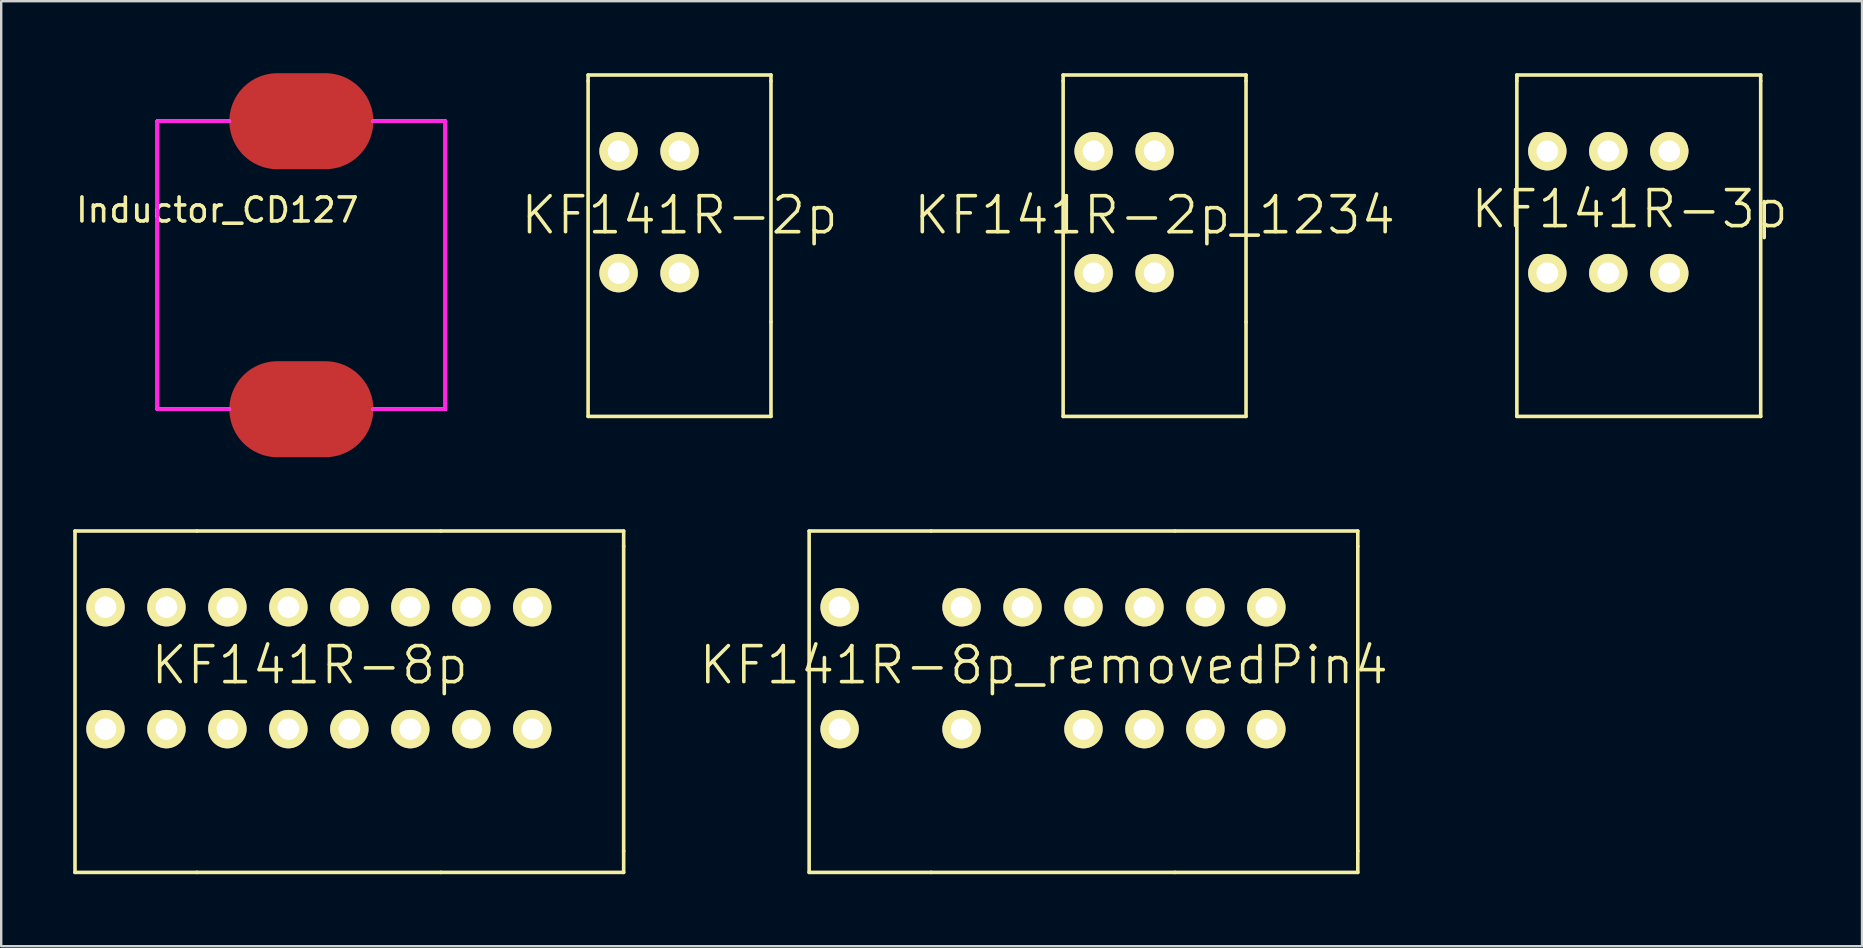
<source format=kicad_pcb>
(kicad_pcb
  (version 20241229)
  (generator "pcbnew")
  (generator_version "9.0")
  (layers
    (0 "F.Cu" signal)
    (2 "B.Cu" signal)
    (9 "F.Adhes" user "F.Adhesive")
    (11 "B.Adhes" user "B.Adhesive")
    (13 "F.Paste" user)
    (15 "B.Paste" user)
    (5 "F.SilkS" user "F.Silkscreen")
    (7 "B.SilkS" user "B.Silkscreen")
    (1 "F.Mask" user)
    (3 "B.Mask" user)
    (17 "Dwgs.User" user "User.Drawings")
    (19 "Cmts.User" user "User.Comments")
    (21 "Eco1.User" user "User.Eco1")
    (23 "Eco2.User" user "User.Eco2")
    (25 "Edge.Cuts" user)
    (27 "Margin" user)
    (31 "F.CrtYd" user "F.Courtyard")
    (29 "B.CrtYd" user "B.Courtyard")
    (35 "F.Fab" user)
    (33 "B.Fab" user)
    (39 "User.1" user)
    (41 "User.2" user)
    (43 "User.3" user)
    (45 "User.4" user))
  (footprint "Inductor_CD127"
    (layer "F.Cu")
    (at 9.506 8)
    (property "Reference" "Inductor_CD127" (at -3.5 -2.3 0) (layer "F.SilkS") (effects (font (size 1 1) (thickness 0.15))))
    (attr through_hole)
    (fp_line (start -6 -6) (end -6 6) (stroke (width 0.15) (type solid)) (layer "F.SilkS"))
    (fp_line (start -6 6) (end -3 6) (stroke (width 0.15) (type solid)) (layer "F.SilkS"))
    (fp_line (start -3 -6) (end -6 -6) (stroke (width 0.15) (type solid)) (layer "F.SilkS"))
    (fp_line (start 3 6) (end 6 6) (stroke (width 0.15) (type solid)) (layer "F.SilkS"))
    (fp_line (start 6 -6) (end 3 -6) (stroke (width 0.15) (type solid)) (layer "F.SilkS"))
    (fp_line (start 6 6) (end 6 -6) (stroke (width 0.15) (type solid)) (layer "F.SilkS"))
    (fp_line (start -6 -6) (end -6 6) (stroke (width 0.15) (type solid)) (layer "F.CrtYd"))
    (fp_line (start -6 6) (end -3 6) (stroke (width 0.15) (type solid)) (layer "F.CrtYd"))
    (fp_line (start -5.4 -6) (end -6 -6) (stroke (width 0.15) (type solid)) (layer "F.CrtYd"))
    (fp_line (start -3 -6) (end -5.4 -6) (stroke (width 0.15) (type solid)) (layer "F.CrtYd"))
    (fp_line (start 3 6) (end 6 6) (stroke (width 0.15) (type solid)) (layer "F.CrtYd"))
    (fp_line (start 6 -6) (end 3 -6) (stroke (width 0.15) (type solid)) (layer "F.CrtYd"))
    (fp_line (start 6 6) (end 6 -6) (stroke (width 0.15) (type solid)) (layer "F.CrtYd"))
    (pad "1" smd oval (at 0 -6) (size 6 4) (layers "F.Cu" "F.Mask" "F.Paste"))
    (pad "2" smd oval (at 0 6) (size 6 4) (layers "F.Cu" "F.Mask" "F.Paste")))
  (footprint "KF141R-2p"
    (layer "F.Cu")
    (at 25.263 5.79)
    (property "Reference" "KF141R-2p" (at 0 0.127 0) (layer "F.SilkS") (effects (font (size 1.5 1.5) (thickness 0.15))))
    (attr through_hole)
    (fp_line (start -3.81 -5.715) (end -3.81 -5.461) (stroke (width 0.15) (type solid)) (layer "F.SilkS"))
    (fp_line (start -3.81 8.509) (end -3.81 -5.461) (stroke (width 0.15) (type solid)) (layer "F.SilkS"))
    (fp_line (start 3.81 -5.715) (end -3.81 -5.715) (stroke (width 0.15) (type solid)) (layer "F.SilkS"))
    (fp_line (start 3.81 -5.461) (end 3.81 -5.715) (stroke (width 0.15) (type solid)) (layer "F.SilkS"))
    (fp_line (start 3.81 -5.461) (end 3.81 4.572) (stroke (width 0.15) (type solid)) (layer "F.SilkS"))
    (fp_line (start 3.81 4.572) (end 3.81 8.509) (stroke (width 0.15) (type solid)) (layer "F.SilkS"))
    (fp_line (start 3.81 8.509) (end -3.81 8.509) (stroke (width 0.15) (type solid)) (layer "F.SilkS"))
    (pad "1" thru_hole circle (at -2.54 -2.54) (size 1.6 1.6) (drill 0.9) (layers "*.Cu" "*.Mask" "F.SilkS"))
    (pad "1" thru_hole circle (at -2.54 2.54) (size 1.6 1.6) (drill 0.9) (layers "*.Cu" "*.Mask" "F.SilkS"))
    (pad "2" thru_hole circle (at 0 -2.54) (size 1.6 1.6) (drill 0.9) (layers "*.Cu" "*.Mask" "F.SilkS"))
    (pad "2" thru_hole circle (at 0 2.54) (size 1.6 1.6) (drill 0.9) (layers "*.Cu" "*.Mask" "F.SilkS")))
  (footprint "KF141R-2p_1234"
    (layer "F.Cu")
    (at 45.056 5.79)
    (property "Reference" "KF141R-2p_1234" (at 0 0.127 0) (layer "F.SilkS") (effects (font (size 1.5 1.5) (thickness 0.15))))
    (attr through_hole)
    (fp_line (start -3.81 -5.715) (end -3.81 -5.461) (stroke (width 0.15) (type solid)) (layer "F.SilkS"))
    (fp_line (start -3.81 8.509) (end -3.81 -5.461) (stroke (width 0.15) (type solid)) (layer "F.SilkS"))
    (fp_line (start 3.81 -5.715) (end -3.81 -5.715) (stroke (width 0.15) (type solid)) (layer "F.SilkS"))
    (fp_line (start 3.81 -5.461) (end 3.81 -5.715) (stroke (width 0.15) (type solid)) (layer "F.SilkS"))
    (fp_line (start 3.81 -5.461) (end 3.81 4.572) (stroke (width 0.15) (type solid)) (layer "F.SilkS"))
    (fp_line (start 3.81 4.572) (end 3.81 8.509) (stroke (width 0.15) (type solid)) (layer "F.SilkS"))
    (fp_line (start 3.81 8.509) (end -3.81 8.509) (stroke (width 0.15) (type solid)) (layer "F.SilkS"))
    (pad "1" thru_hole circle (at -2.54 -2.54) (size 1.6 1.6) (drill 0.9) (layers "*.Cu" "*.Mask" "F.SilkS"))
    (pad "2" thru_hole circle (at -2.54 2.54) (size 1.6 1.6) (drill 0.9) (layers "*.Cu" "*.Mask" "F.SilkS"))
    (pad "3" thru_hole circle (at 0 -2.54) (size 1.6 1.6) (drill 0.9) (layers "*.Cu" "*.Mask" "F.SilkS"))
    (pad "4" thru_hole circle (at 0 2.54) (size 1.6 1.6) (drill 0.9) (layers "*.Cu" "*.Mask" "F.SilkS")))
  (footprint "KF141R-3p"
    (layer "F.Cu")
    (at 65.23 5.79)
    (property "Reference" "KF141R-3p" (at -0.381 -0.127 0) (layer "F.SilkS") (effects (font (size 1.5 1.5) (thickness 0.15))))
    (attr through_hole)
    (fp_line (start -5.08 -5.715) (end -5.08 -5.588) (stroke (width 0.15) (type solid)) (layer "F.SilkS"))
    (fp_line (start -5.08 -5.588) (end -5.08 -5.461) (stroke (width 0.15) (type solid)) (layer "F.SilkS"))
    (fp_line (start -5.08 8.509) (end -5.08 -5.461) (stroke (width 0.15) (type solid)) (layer "F.SilkS"))
    (fp_line (start 5.08 -5.715) (end -5.08 -5.715) (stroke (width 0.15) (type solid)) (layer "F.SilkS"))
    (fp_line (start 5.08 -5.461) (end 5.08 -5.715) (stroke (width 0.15) (type solid)) (layer "F.SilkS"))
    (fp_line (start 5.08 -5.461) (end 5.08 8.509) (stroke (width 0.15) (type solid)) (layer "F.SilkS"))
    (fp_line (start 5.08 8.509) (end -5.08 8.509) (stroke (width 0.15) (type solid)) (layer "F.SilkS"))
    (pad "1" thru_hole circle (at -3.81 -2.54) (size 1.6 1.6) (drill 0.9) (layers "*.Cu" "*.Mask" "F.SilkS"))
    (pad "1" thru_hole circle (at -3.81 2.54) (size 1.6 1.6) (drill 0.9) (layers "*.Cu" "*.Mask" "F.SilkS"))
    (pad "2" thru_hole circle (at -1.27 -2.54) (size 1.6 1.6) (drill 0.9) (layers "*.Cu" "*.Mask" "F.SilkS"))
    (pad "2" thru_hole circle (at -1.27 2.54) (size 1.6 1.6) (drill 0.9) (layers "*.Cu" "*.Mask" "F.SilkS"))
    (pad "3" thru_hole circle (at 1.27 -2.54) (size 1.6 1.6) (drill 0.9) (layers "*.Cu" "*.Mask" "F.SilkS"))
    (pad "3" thru_hole circle (at 1.27 2.54) (size 1.6 1.6) (drill 0.9) (layers "*.Cu" "*.Mask" "F.SilkS")))
  (footprint "KF141R-8p"
    (layer "F.Cu")
    (at 10.235 24.79)
    (property "Reference" "KF141R-8p" (at -0.381 -0.127 0) (layer "F.SilkS") (effects (font (size 1.5 1.5) (thickness 0.15))))
    (attr through_hole)
    (fp_line (start -10.16 -5.715) (end -5.08 -5.715) (stroke (width 0.15) (type solid)) (layer "F.SilkS"))
    (fp_line (start -10.16 8.509) (end -10.16 -5.715) (stroke (width 0.15) (type solid)) (layer "F.SilkS"))
    (fp_line (start -5.08 8.509) (end -10.16 8.509) (stroke (width 0.15) (type solid)) (layer "F.SilkS"))
    (fp_line (start 5.08 -5.715) (end -5.08 -5.715) (stroke (width 0.15) (type solid)) (layer "F.SilkS"))
    (fp_line (start 5.08 -5.715) (end 12.7 -5.715) (stroke (width 0.15) (type solid)) (layer "F.SilkS"))
    (fp_line (start 5.08 8.509) (end -5.08 8.509) (stroke (width 0.15) (type solid)) (layer "F.SilkS"))
    (fp_line (start 5.08 8.509) (end 12.7 8.509) (stroke (width 0.15) (type solid)) (layer "F.SilkS"))
    (fp_line (start 12.7 -5.715) (end 12.7 -5.08) (stroke (width 0.15) (type solid)) (layer "F.SilkS"))
    (fp_line (start 12.7 -5.08) (end 12.7 7.62) (stroke (width 0.15) (type solid)) (layer "F.SilkS"))
    (fp_line (start 12.7 8.509) (end 12.7 7.62) (stroke (width 0.15) (type solid)) (layer "F.SilkS"))
    (pad "1" thru_hole circle (at -8.89 -2.54) (size 1.6 1.6) (drill 0.9) (layers "*.Cu" "*.Mask" "F.SilkS"))
    (pad "1" thru_hole circle (at -8.89 2.54) (size 1.6 1.6) (drill 0.9) (layers "*.Cu" "*.Mask" "F.SilkS"))
    (pad "2" thru_hole circle (at -6.35 -2.54) (size 1.6 1.6) (drill 0.9) (layers "*.Cu" "*.Mask" "F.SilkS"))
    (pad "2" thru_hole circle (at -6.35 2.54) (size 1.6 1.6) (drill 0.9) (layers "*.Cu" "*.Mask" "F.SilkS"))
    (pad "3" thru_hole circle (at -3.81 -2.54) (size 1.6 1.6) (drill 0.9) (layers "*.Cu" "*.Mask" "F.SilkS"))
    (pad "3" thru_hole circle (at -3.81 2.54) (size 1.6 1.6) (drill 0.9) (layers "*.Cu" "*.Mask" "F.SilkS"))
    (pad "4" thru_hole circle (at -1.27 -2.54) (size 1.6 1.6) (drill 0.9) (layers "*.Cu" "*.Mask" "F.SilkS"))
    (pad "4" thru_hole circle (at -1.27 2.54) (size 1.6 1.6) (drill 0.9) (layers "*.Cu" "*.Mask" "F.SilkS"))
    (pad "5" thru_hole circle (at 1.27 -2.54) (size 1.6 1.6) (drill 0.9) (layers "*.Cu" "*.Mask" "F.SilkS"))
    (pad "5" thru_hole circle (at 1.27 2.54) (size 1.6 1.6) (drill 0.9) (layers "*.Cu" "*.Mask" "F.SilkS"))
    (pad "6" thru_hole circle (at 3.81 -2.54) (size 1.6 1.6) (drill 0.9) (layers "*.Cu" "*.Mask" "F.SilkS"))
    (pad "6" thru_hole circle (at 3.81 2.54) (size 1.6 1.6) (drill 0.9) (layers "*.Cu" "*.Mask" "F.SilkS"))
    (pad "7" thru_hole circle (at 6.35 -2.54) (size 1.6 1.6) (drill 0.9) (layers "*.Cu" "*.Mask" "F.SilkS"))
    (pad "7" thru_hole circle (at 6.35 2.54) (size 1.6 1.6) (drill 0.9) (layers "*.Cu" "*.Mask" "F.SilkS"))
    (pad "8" thru_hole circle (at 8.89 -2.54) (size 1.6 1.6) (drill 0.9) (layers "*.Cu" "*.Mask" "F.SilkS"))
    (pad "8" thru_hole circle (at 8.89 2.54) (size 1.6 1.6) (drill 0.9) (layers "*.Cu" "*.Mask" "F.SilkS")))
  (footprint "KF141R-8p_removedPin4"
    (layer "F.Cu")
    (at 40.823 24.79)
    (property "Reference" "KF141R-8p_removedPin4" (at -0.381 -0.127 0) (layer "F.SilkS") (effects (font (size 1.5 1.5) (thickness 0.15))))
    (attr through_hole)
    (fp_line (start -10.16 -5.715) (end -5.08 -5.715) (stroke (width 0.15) (type solid)) (layer "F.SilkS"))
    (fp_line (start -10.16 8.509) (end -10.16 -5.715) (stroke (width 0.15) (type solid)) (layer "F.SilkS"))
    (fp_line (start -5.08 8.509) (end -10.16 8.509) (stroke (width 0.15) (type solid)) (layer "F.SilkS"))
    (fp_line (start 5.08 -5.715) (end -5.08 -5.715) (stroke (width 0.15) (type solid)) (layer "F.SilkS"))
    (fp_line (start 5.08 -5.715) (end 12.7 -5.715) (stroke (width 0.15) (type solid)) (layer "F.SilkS"))
    (fp_line (start 5.08 8.509) (end -5.08 8.509) (stroke (width 0.15) (type solid)) (layer "F.SilkS"))
    (fp_line (start 5.08 8.509) (end 12.7 8.509) (stroke (width 0.15) (type solid)) (layer "F.SilkS"))
    (fp_line (start 12.7 -5.715) (end 12.7 -5.08) (stroke (width 0.15) (type solid)) (layer "F.SilkS"))
    (fp_line (start 12.7 -5.08) (end 12.7 7.62) (stroke (width 0.15) (type solid)) (layer "F.SilkS"))
    (fp_line (start 12.7 8.509) (end 12.7 7.62) (stroke (width 0.15) (type solid)) (layer "F.SilkS"))
    (pad "1" thru_hole circle (at -8.89 -2.54) (size 1.6 1.6) (drill 0.9) (layers "*.Cu" "*.Mask" "F.SilkS"))
    (pad "1" thru_hole circle (at -8.89 2.54) (size 1.6 1.6) (drill 0.9) (layers "*.Cu" "*.Mask" "F.SilkS"))
    (pad "3" thru_hole circle (at -3.81 -2.54) (size 1.6 1.6) (drill 0.9) (layers "*.Cu" "*.Mask" "F.SilkS"))
    (pad "3" thru_hole circle (at -3.81 2.54) (size 1.6 1.6) (drill 0.9) (layers "*.Cu" "*.Mask" "F.SilkS"))
    (pad "4" thru_hole circle (at -1.27 -2.54) (size 1.6 1.6) (drill 0.9) (layers "*.Cu" "*.Mask" "F.SilkS"))
    (pad "5" thru_hole circle (at 1.27 -2.54) (size 1.6 1.6) (drill 0.9) (layers "*.Cu" "*.Mask" "F.SilkS"))
    (pad "5" thru_hole circle (at 1.27 2.54) (size 1.6 1.6) (drill 0.9) (layers "*.Cu" "*.Mask" "F.SilkS"))
    (pad "6" thru_hole circle (at 3.81 -2.54) (size 1.6 1.6) (drill 0.9) (layers "*.Cu" "*.Mask" "F.SilkS"))
    (pad "6" thru_hole circle (at 3.81 2.54) (size 1.6 1.6) (drill 0.9) (layers "*.Cu" "*.Mask" "F.SilkS"))
    (pad "7" thru_hole circle (at 6.35 -2.54) (size 1.6 1.6) (drill 0.9) (layers "*.Cu" "*.Mask" "F.SilkS"))
    (pad "7" thru_hole circle (at 6.35 2.54) (size 1.6 1.6) (drill 0.9) (layers "*.Cu" "*.Mask" "F.SilkS"))
    (pad "8" thru_hole circle (at 8.89 -2.54) (size 1.6 1.6) (drill 0.9) (layers "*.Cu" "*.Mask" "F.SilkS"))
    (pad "8" thru_hole circle (at 8.89 2.54) (size 1.6 1.6) (drill 0.9) (layers "*.Cu" "*.Mask" "F.SilkS")))
  (gr_rect
    (start -3 -3)
    (end 74.531 36.374)
    (stroke (width 0.1) (type default))
    (fill no)
    (layer "Edge.Cuts")))
</source>
